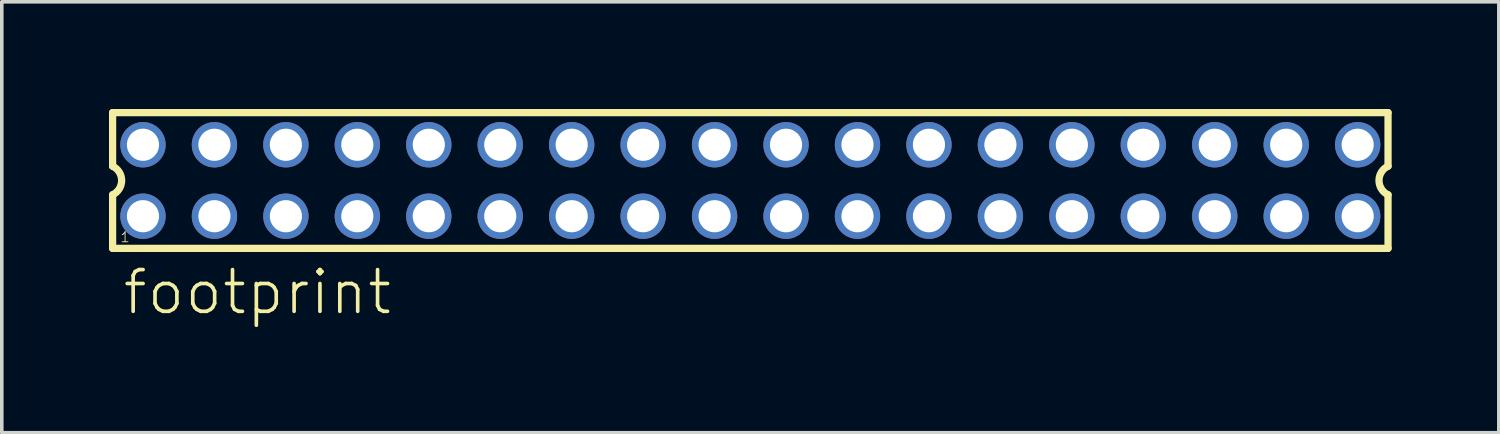
<source format=kicad_pcb>
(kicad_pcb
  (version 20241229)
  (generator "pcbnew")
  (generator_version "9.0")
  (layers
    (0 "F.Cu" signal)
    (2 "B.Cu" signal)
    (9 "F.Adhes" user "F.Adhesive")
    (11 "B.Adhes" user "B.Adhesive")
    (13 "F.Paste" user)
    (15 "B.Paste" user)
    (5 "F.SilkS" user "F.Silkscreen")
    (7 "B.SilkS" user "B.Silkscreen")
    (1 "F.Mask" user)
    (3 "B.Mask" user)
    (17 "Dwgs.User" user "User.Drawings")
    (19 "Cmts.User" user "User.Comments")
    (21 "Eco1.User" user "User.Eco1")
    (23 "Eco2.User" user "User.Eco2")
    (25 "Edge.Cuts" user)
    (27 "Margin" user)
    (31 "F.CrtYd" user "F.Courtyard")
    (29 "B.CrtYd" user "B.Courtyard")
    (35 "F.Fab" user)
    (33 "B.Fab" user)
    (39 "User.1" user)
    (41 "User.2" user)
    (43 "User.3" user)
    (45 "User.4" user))
  (footprint "footprint"
    (layer "F.Cu")
    (at 17.952 2.002)
    (property "Reference" "footprint" (at -17.62 3.81 0) (layer "F.SilkS") (effects (font (size 1.168 1.168) (thickness 0.102)) (justify left bottom)))
    (fp_line (start -17.85 -1.9) (end -17.85 -0.4) (stroke (width 0.203) (type solid)) (layer "F.SilkS"))
    (fp_line (start -17.85 0.4) (end -17.85 1.9) (stroke (width 0.203) (type solid)) (layer "F.SilkS"))
    (fp_line (start -17.85 1.9) (end 17.85 1.9) (stroke (width 0.203) (type solid)) (layer "F.SilkS"))
    (fp_line (start 17.85 -1.9) (end -17.85 -1.9) (stroke (width 0.203) (type solid)) (layer "F.SilkS"))
    (fp_line (start 17.85 -0.4) (end 17.85 -1.9) (stroke (width 0.203) (type solid)) (layer "F.SilkS"))
    (fp_line (start 17.85 1.9) (end 17.85 0.4) (stroke (width 0.203) (type solid)) (layer "F.SilkS"))
    (fp_arc (start -17.85 -0.4) (mid -17.597168 -0.000001) (end -17.849998 0.399999) (stroke (width 0.2032) (type solid)) (layer "F.SilkS"))
    (fp_arc (start 17.85 0.4) (mid 17.597168 0.000001) (end 17.849998 -0.399999) (stroke (width 0.2032) (type solid)) (layer "F.SilkS"))
    (fp_poly (pts (xy -17.25 -0.75) (xy -16.75 -0.75) (xy -16.75 -1.25) (xy -17.25 -1.25)) (stroke (width 0.1) (type solid)) (fill no) (layer "F.Fab"))
    (fp_poly (pts (xy -17.25 1.25) (xy -16.75 1.25) (xy -16.75 0.75) (xy -17.25 0.75)) (stroke (width 0.1) (type solid)) (fill no) (layer "F.Fab"))
    (fp_poly (pts (xy -15.25 -0.75) (xy -14.75 -0.75) (xy -14.75 -1.25) (xy -15.25 -1.25)) (stroke (width 0.1) (type solid)) (fill no) (layer "F.Fab"))
    (fp_poly (pts (xy -15.25 1.25) (xy -14.75 1.25) (xy -14.75 0.75) (xy -15.25 0.75)) (stroke (width 0.1) (type solid)) (fill no) (layer "F.Fab"))
    (fp_poly (pts (xy -13.25 -0.75) (xy -12.75 -0.75) (xy -12.75 -1.25) (xy -13.25 -1.25)) (stroke (width 0.1) (type solid)) (fill no) (layer "F.Fab"))
    (fp_poly (pts (xy -13.25 1.25) (xy -12.75 1.25) (xy -12.75 0.75) (xy -13.25 0.75)) (stroke (width 0.1) (type solid)) (fill no) (layer "F.Fab"))
    (fp_poly (pts (xy -11.25 -0.75) (xy -10.75 -0.75) (xy -10.75 -1.25) (xy -11.25 -1.25)) (stroke (width 0.1) (type solid)) (fill no) (layer "F.Fab"))
    (fp_poly (pts (xy -11.25 1.25) (xy -10.75 1.25) (xy -10.75 0.75) (xy -11.25 0.75)) (stroke (width 0.1) (type solid)) (fill no) (layer "F.Fab"))
    (fp_poly (pts (xy -9.25 -0.75) (xy -8.75 -0.75) (xy -8.75 -1.25) (xy -9.25 -1.25)) (stroke (width 0.1) (type solid)) (fill no) (layer "F.Fab"))
    (fp_poly (pts (xy -9.25 1.25) (xy -8.75 1.25) (xy -8.75 0.75) (xy -9.25 0.75)) (stroke (width 0.1) (type solid)) (fill no) (layer "F.Fab"))
    (fp_poly (pts (xy -7.25 -0.75) (xy -6.75 -0.75) (xy -6.75 -1.25) (xy -7.25 -1.25)) (stroke (width 0.1) (type solid)) (fill no) (layer "F.Fab"))
    (fp_poly (pts (xy -7.25 1.25) (xy -6.75 1.25) (xy -6.75 0.75) (xy -7.25 0.75)) (stroke (width 0.1) (type solid)) (fill no) (layer "F.Fab"))
    (fp_poly (pts (xy -5.25 -0.75) (xy -4.75 -0.75) (xy -4.75 -1.25) (xy -5.25 -1.25)) (stroke (width 0.1) (type solid)) (fill no) (layer "F.Fab"))
    (fp_poly (pts (xy -5.25 1.25) (xy -4.75 1.25) (xy -4.75 0.75) (xy -5.25 0.75)) (stroke (width 0.1) (type solid)) (fill no) (layer "F.Fab"))
    (fp_poly (pts (xy -3.25 -0.75) (xy -2.75 -0.75) (xy -2.75 -1.25) (xy -3.25 -1.25)) (stroke (width 0.1) (type solid)) (fill no) (layer "F.Fab"))
    (fp_poly (pts (xy -3.25 1.25) (xy -2.75 1.25) (xy -2.75 0.75) (xy -3.25 0.75)) (stroke (width 0.1) (type solid)) (fill no) (layer "F.Fab"))
    (fp_poly (pts (xy -1.25 -0.75) (xy -0.75 -0.75) (xy -0.75 -1.25) (xy -1.25 -1.25)) (stroke (width 0.1) (type solid)) (fill no) (layer "F.Fab"))
    (fp_poly (pts (xy -1.25 1.25) (xy -0.75 1.25) (xy -0.75 0.75) (xy -1.25 0.75)) (stroke (width 0.1) (type solid)) (fill no) (layer "F.Fab"))
    (fp_poly (pts (xy 0.75 -0.75) (xy 1.25 -0.75) (xy 1.25 -1.25) (xy 0.75 -1.25)) (stroke (width 0.1) (type solid)) (fill no) (layer "F.Fab"))
    (fp_poly (pts (xy 0.75 1.25) (xy 1.25 1.25) (xy 1.25 0.75) (xy 0.75 0.75)) (stroke (width 0.1) (type solid)) (fill no) (layer "F.Fab"))
    (fp_poly (pts (xy 2.75 -0.75) (xy 3.25 -0.75) (xy 3.25 -1.25) (xy 2.75 -1.25)) (stroke (width 0.1) (type solid)) (fill no) (layer "F.Fab"))
    (fp_poly (pts (xy 2.75 1.25) (xy 3.25 1.25) (xy 3.25 0.75) (xy 2.75 0.75)) (stroke (width 0.1) (type solid)) (fill no) (layer "F.Fab"))
    (fp_poly (pts (xy 4.75 -0.75) (xy 5.25 -0.75) (xy 5.25 -1.25) (xy 4.75 -1.25)) (stroke (width 0.1) (type solid)) (fill no) (layer "F.Fab"))
    (fp_poly (pts (xy 4.75 1.25) (xy 5.25 1.25) (xy 5.25 0.75) (xy 4.75 0.75)) (stroke (width 0.1) (type solid)) (fill no) (layer "F.Fab"))
    (fp_poly (pts (xy 6.75 -0.75) (xy 7.25 -0.75) (xy 7.25 -1.25) (xy 6.75 -1.25)) (stroke (width 0.1) (type solid)) (fill no) (layer "F.Fab"))
    (fp_poly (pts (xy 6.75 1.25) (xy 7.25 1.25) (xy 7.25 0.75) (xy 6.75 0.75)) (stroke (width 0.1) (type solid)) (fill no) (layer "F.Fab"))
    (fp_poly (pts (xy 8.75 -0.75) (xy 9.25 -0.75) (xy 9.25 -1.25) (xy 8.75 -1.25)) (stroke (width 0.1) (type solid)) (fill no) (layer "F.Fab"))
    (fp_poly (pts (xy 8.75 1.25) (xy 9.25 1.25) (xy 9.25 0.75) (xy 8.75 0.75)) (stroke (width 0.1) (type solid)) (fill no) (layer "F.Fab"))
    (fp_poly (pts (xy 10.75 -0.75) (xy 11.25 -0.75) (xy 11.25 -1.25) (xy 10.75 -1.25)) (stroke (width 0.1) (type solid)) (fill no) (layer "F.Fab"))
    (fp_poly (pts (xy 10.75 1.25) (xy 11.25 1.25) (xy 11.25 0.75) (xy 10.75 0.75)) (stroke (width 0.1) (type solid)) (fill no) (layer "F.Fab"))
    (fp_poly (pts (xy 12.75 -0.75) (xy 13.25 -0.75) (xy 13.25 -1.25) (xy 12.75 -1.25)) (stroke (width 0.1) (type solid)) (fill no) (layer "F.Fab"))
    (fp_poly (pts (xy 12.75 1.25) (xy 13.25 1.25) (xy 13.25 0.75) (xy 12.75 0.75)) (stroke (width 0.1) (type solid)) (fill no) (layer "F.Fab"))
    (fp_poly (pts (xy 14.75 -0.75) (xy 15.25 -0.75) (xy 15.25 -1.25) (xy 14.75 -1.25)) (stroke (width 0.1) (type solid)) (fill no) (layer "F.Fab"))
    (fp_poly (pts (xy 14.75 1.25) (xy 15.25 1.25) (xy 15.25 0.75) (xy 14.75 0.75)) (stroke (width 0.1) (type solid)) (fill no) (layer "F.Fab"))
    (fp_poly (pts (xy 16.75 -0.75) (xy 17.25 -0.75) (xy 17.25 -1.25) (xy 16.75 -1.25)) (stroke (width 0.1) (type solid)) (fill no) (layer "F.Fab"))
    (fp_poly (pts (xy 16.75 1.25) (xy 17.25 1.25) (xy 17.25 0.75) (xy 16.75 0.75)) (stroke (width 0.1) (type solid)) (fill no) (layer "F.Fab"))
    (fp_text user "1" (at -17.65 1.75 0) (layer "F.SilkS") (effects (font (size 0.28 0.28) (thickness 0.024)) (justify left bottom)))
    (pad "1" thru_hole circle (at -17 1) (size 1.27 1.27) (drill 0.9) (layers "*.Cu" "*.Mask"))
    (pad "2" thru_hole circle (at -17 -1) (size 1.27 1.27) (drill 0.9) (layers "*.Cu" "*.Mask"))
    (pad "3" thru_hole circle (at -15 1) (size 1.27 1.27) (drill 0.9) (layers "*.Cu" "*.Mask"))
    (pad "4" thru_hole circle (at -15 -1) (size 1.27 1.27) (drill 0.9) (layers "*.Cu" "*.Mask"))
    (pad "5" thru_hole circle (at -13 1) (size 1.27 1.27) (drill 0.9) (layers "*.Cu" "*.Mask"))
    (pad "6" thru_hole circle (at -13 -1) (size 1.27 1.27) (drill 0.9) (layers "*.Cu" "*.Mask"))
    (pad "7" thru_hole circle (at -11 1) (size 1.27 1.27) (drill 0.9) (layers "*.Cu" "*.Mask"))
    (pad "8" thru_hole circle (at -11 -1) (size 1.27 1.27) (drill 0.9) (layers "*.Cu" "*.Mask"))
    (pad "9" thru_hole circle (at -9 1) (size 1.27 1.27) (drill 0.9) (layers "*.Cu" "*.Mask"))
    (pad "10" thru_hole circle (at -9 -1) (size 1.27 1.27) (drill 0.9) (layers "*.Cu" "*.Mask"))
    (pad "11" thru_hole circle (at -7 1) (size 1.27 1.27) (drill 0.9) (layers "*.Cu" "*.Mask"))
    (pad "12" thru_hole circle (at -7 -1) (size 1.27 1.27) (drill 0.9) (layers "*.Cu" "*.Mask"))
    (pad "13" thru_hole circle (at -5 1) (size 1.27 1.27) (drill 0.9) (layers "*.Cu" "*.Mask"))
    (pad "14" thru_hole circle (at -5 -1) (size 1.27 1.27) (drill 0.9) (layers "*.Cu" "*.Mask"))
    (pad "15" thru_hole circle (at -3 1) (size 1.27 1.27) (drill 0.9) (layers "*.Cu" "*.Mask"))
    (pad "16" thru_hole circle (at -3 -1) (size 1.27 1.27) (drill 0.9) (layers "*.Cu" "*.Mask"))
    (pad "17" thru_hole circle (at -1 1) (size 1.27 1.27) (drill 0.9) (layers "*.Cu" "*.Mask"))
    (pad "18" thru_hole circle (at -1 -1) (size 1.27 1.27) (drill 0.9) (layers "*.Cu" "*.Mask"))
    (pad "19" thru_hole circle (at 1 1) (size 1.27 1.27) (drill 0.9) (layers "*.Cu" "*.Mask"))
    (pad "20" thru_hole circle (at 1 -1) (size 1.27 1.27) (drill 0.9) (layers "*.Cu" "*.Mask"))
    (pad "21" thru_hole circle (at 3 1) (size 1.27 1.27) (drill 0.9) (layers "*.Cu" "*.Mask"))
    (pad "22" thru_hole circle (at 3 -1) (size 1.27 1.27) (drill 0.9) (layers "*.Cu" "*.Mask"))
    (pad "23" thru_hole circle (at 5 1) (size 1.27 1.27) (drill 0.9) (layers "*.Cu" "*.Mask"))
    (pad "24" thru_hole circle (at 5 -1) (size 1.27 1.27) (drill 0.9) (layers "*.Cu" "*.Mask"))
    (pad "25" thru_hole circle (at 7 1) (size 1.27 1.27) (drill 0.9) (layers "*.Cu" "*.Mask"))
    (pad "26" thru_hole circle (at 7 -1) (size 1.27 1.27) (drill 0.9) (layers "*.Cu" "*.Mask"))
    (pad "27" thru_hole circle (at 9 1) (size 1.27 1.27) (drill 0.9) (layers "*.Cu" "*.Mask"))
    (pad "28" thru_hole circle (at 9 -1) (size 1.27 1.27) (drill 0.9) (layers "*.Cu" "*.Mask"))
    (pad "29" thru_hole circle (at 11 1) (size 1.27 1.27) (drill 0.9) (layers "*.Cu" "*.Mask"))
    (pad "30" thru_hole circle (at 11 -1) (size 1.27 1.27) (drill 0.9) (layers "*.Cu" "*.Mask"))
    (pad "31" thru_hole circle (at 13 1) (size 1.27 1.27) (drill 0.9) (layers "*.Cu" "*.Mask"))
    (pad "32" thru_hole circle (at 13 -1) (size 1.27 1.27) (drill 0.9) (layers "*.Cu" "*.Mask"))
    (pad "33" thru_hole circle (at 15 1) (size 1.27 1.27) (drill 0.9) (layers "*.Cu" "*.Mask"))
    (pad "34" thru_hole circle (at 15 -1) (size 1.27 1.27) (drill 0.9) (layers "*.Cu" "*.Mask"))
    (pad "35" thru_hole circle (at 17 1) (size 1.27 1.27) (drill 0.9) (layers "*.Cu" "*.Mask"))
    (pad "36" thru_hole circle (at 17 -1) (size 1.27 1.27) (drill 0.9) (layers "*.Cu" "*.Mask")))
  (gr_rect
    (start -3 -3)
    (end 38.903 9.062)
    (stroke (width 0.1) (type default))
    (fill no)
    (layer "Edge.Cuts")))
</source>
